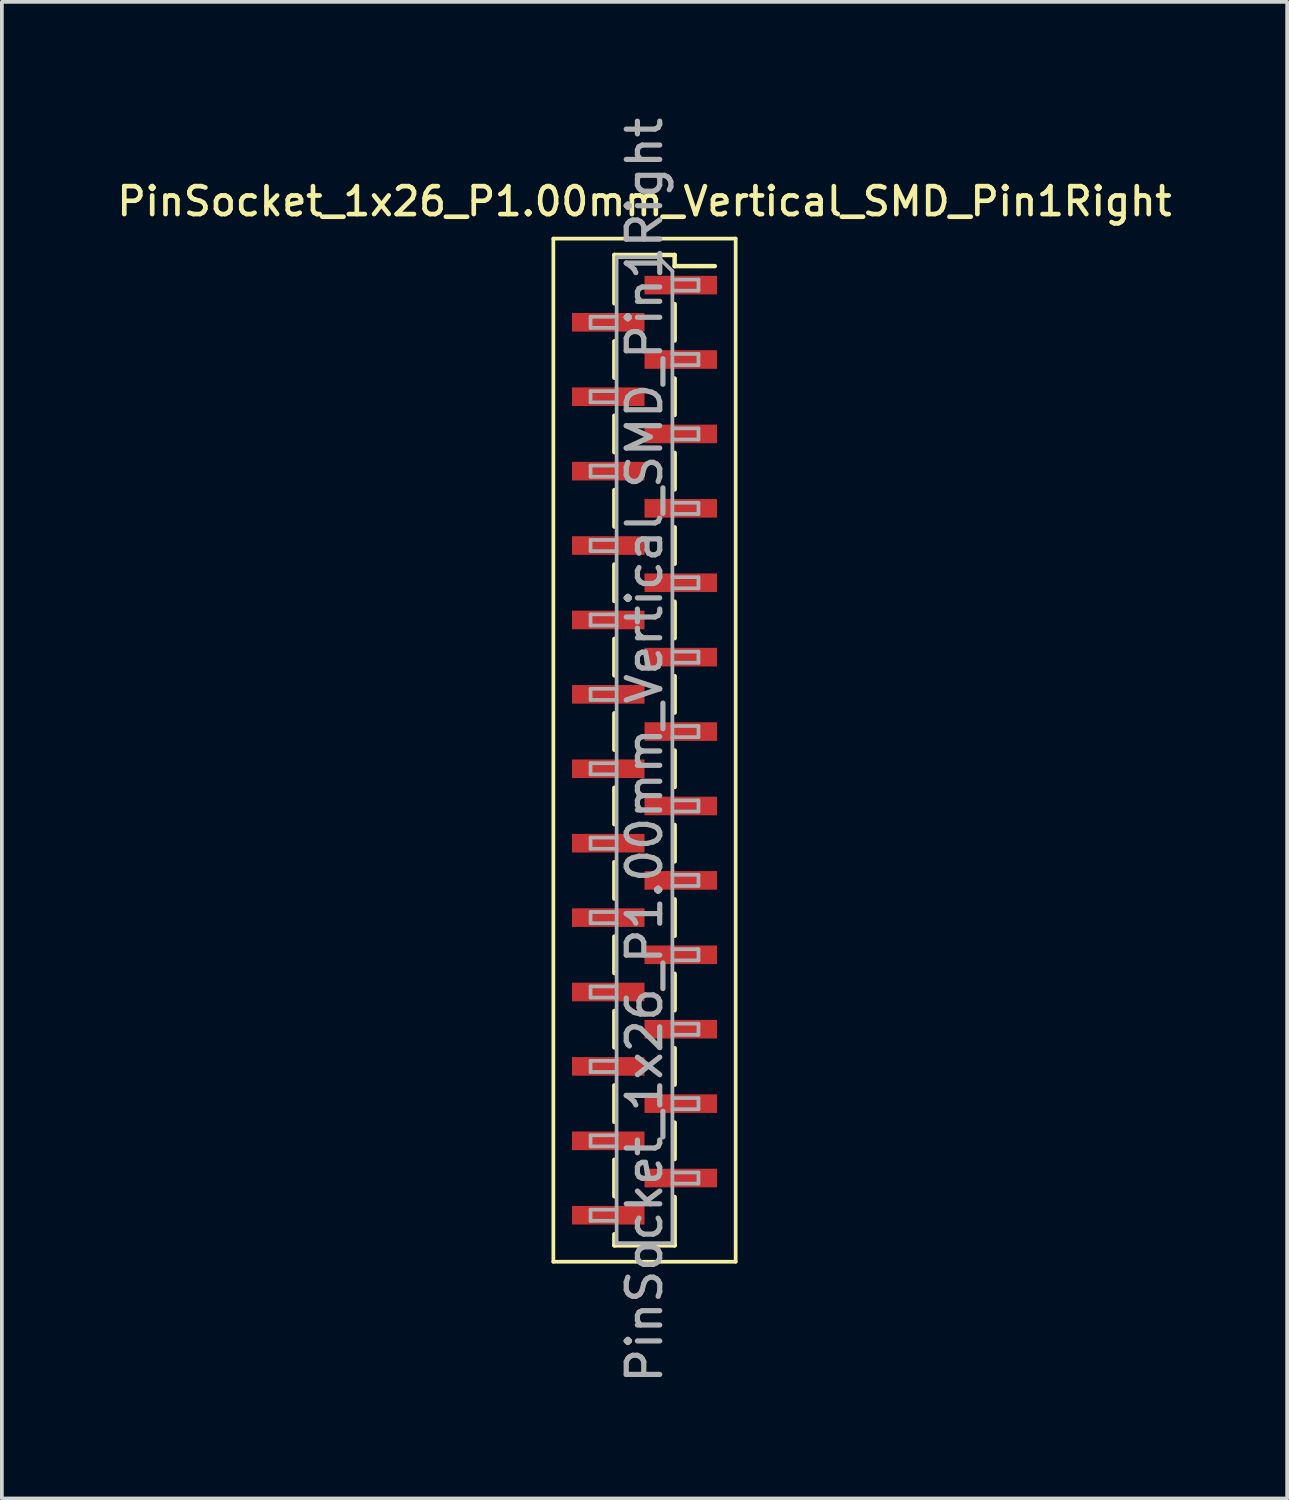
<source format=kicad_pcb>
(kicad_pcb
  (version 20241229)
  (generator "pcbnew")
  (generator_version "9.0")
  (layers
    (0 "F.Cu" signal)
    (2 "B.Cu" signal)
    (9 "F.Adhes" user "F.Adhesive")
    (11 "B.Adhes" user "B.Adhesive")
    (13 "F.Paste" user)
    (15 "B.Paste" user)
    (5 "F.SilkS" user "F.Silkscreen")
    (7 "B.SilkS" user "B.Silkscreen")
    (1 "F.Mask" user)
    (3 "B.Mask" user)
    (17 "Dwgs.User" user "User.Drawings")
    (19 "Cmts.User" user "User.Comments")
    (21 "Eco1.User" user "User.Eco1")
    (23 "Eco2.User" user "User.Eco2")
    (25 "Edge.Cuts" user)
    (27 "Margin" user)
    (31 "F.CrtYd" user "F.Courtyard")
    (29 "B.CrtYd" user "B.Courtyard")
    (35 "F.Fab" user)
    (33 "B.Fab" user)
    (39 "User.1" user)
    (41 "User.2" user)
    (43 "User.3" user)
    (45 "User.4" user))
  (footprint "PinSocket_1x26_P1.00mm_Vertical_SMD_Pin1Right"
    (layer "F.Cu")
    (at 14.273 17.113)
    (property "Reference" "PinSocket_1x26_P1.00mm_Vertical_SMD_Pin1Right" (at 0 -14.75 0) (layer "F.SilkS") (effects (font (size 0.75 0.75) (thickness 0.125))))
    (attr smd)
    (fp_line (start -2.45 -13.75) (end 2.45 -13.75) (stroke (width 0.1) (type solid)) (layer "F.SilkS"))
    (fp_line (start -2.45 13.75) (end -2.45 -13.75) (stroke (width 0.1) (type solid)) (layer "F.SilkS"))
    (fp_line (start -0.81 -13.31) (end -0.81 -12.01) (stroke (width 0.12) (type solid)) (layer "F.SilkS"))
    (fp_line (start -0.81 -13.31) (end 0.81 -13.31) (stroke (width 0.12) (type solid)) (layer "F.SilkS"))
    (fp_line (start -0.81 -10.99) (end -0.81 -10.01) (stroke (width 0.12) (type solid)) (layer "F.SilkS"))
    (fp_line (start -0.81 -8.99) (end -0.81 -8.01) (stroke (width 0.12) (type solid)) (layer "F.SilkS"))
    (fp_line (start -0.81 -6.99) (end -0.81 -6.01) (stroke (width 0.12) (type solid)) (layer "F.SilkS"))
    (fp_line (start -0.81 -4.99) (end -0.81 -4.01) (stroke (width 0.12) (type solid)) (layer "F.SilkS"))
    (fp_line (start -0.81 -2.99) (end -0.81 -2.01) (stroke (width 0.12) (type solid)) (layer "F.SilkS"))
    (fp_line (start -0.81 -0.99) (end -0.81 -0.01) (stroke (width 0.12) (type solid)) (layer "F.SilkS"))
    (fp_line (start -0.81 1.01) (end -0.81 1.99) (stroke (width 0.12) (type solid)) (layer "F.SilkS"))
    (fp_line (start -0.81 3.01) (end -0.81 3.99) (stroke (width 0.12) (type solid)) (layer "F.SilkS"))
    (fp_line (start -0.81 5.01) (end -0.81 5.99) (stroke (width 0.12) (type solid)) (layer "F.SilkS"))
    (fp_line (start -0.81 7.01) (end -0.81 7.99) (stroke (width 0.12) (type solid)) (layer "F.SilkS"))
    (fp_line (start -0.81 9.01) (end -0.81 9.99) (stroke (width 0.12) (type solid)) (layer "F.SilkS"))
    (fp_line (start -0.81 11.01) (end -0.81 11.99) (stroke (width 0.12) (type solid)) (layer "F.SilkS"))
    (fp_line (start -0.81 13.01) (end -0.81 13.31) (stroke (width 0.12) (type solid)) (layer "F.SilkS"))
    (fp_line (start -0.81 13.31) (end 0.81 13.31) (stroke (width 0.12) (type solid)) (layer "F.SilkS"))
    (fp_line (start 0.81 -13.31) (end 0.81 -13.01) (stroke (width 0.12) (type solid)) (layer "F.SilkS"))
    (fp_line (start 0.81 -13.01) (end 1.89 -13.01) (stroke (width 0.12) (type solid)) (layer "F.SilkS"))
    (fp_line (start 0.81 -11.99) (end 0.81 -11.01) (stroke (width 0.12) (type solid)) (layer "F.SilkS"))
    (fp_line (start 0.81 -9.99) (end 0.81 -9.01) (stroke (width 0.12) (type solid)) (layer "F.SilkS"))
    (fp_line (start 0.81 -7.99) (end 0.81 -7.01) (stroke (width 0.12) (type solid)) (layer "F.SilkS"))
    (fp_line (start 0.81 -5.99) (end 0.81 -5.01) (stroke (width 0.12) (type solid)) (layer "F.SilkS"))
    (fp_line (start 0.81 -3.99) (end 0.81 -3.01) (stroke (width 0.12) (type solid)) (layer "F.SilkS"))
    (fp_line (start 0.81 -1.99) (end 0.81 -1.01) (stroke (width 0.12) (type solid)) (layer "F.SilkS"))
    (fp_line (start 0.81 0.01) (end 0.81 0.99) (stroke (width 0.12) (type solid)) (layer "F.SilkS"))
    (fp_line (start 0.81 2.01) (end 0.81 2.99) (stroke (width 0.12) (type solid)) (layer "F.SilkS"))
    (fp_line (start 0.81 4.01) (end 0.81 4.99) (stroke (width 0.12) (type solid)) (layer "F.SilkS"))
    (fp_line (start 0.81 6.01) (end 0.81 6.99) (stroke (width 0.12) (type solid)) (layer "F.SilkS"))
    (fp_line (start 0.81 8.01) (end 0.81 8.99) (stroke (width 0.12) (type solid)) (layer "F.SilkS"))
    (fp_line (start 0.81 10.01) (end 0.81 10.99) (stroke (width 0.12) (type solid)) (layer "F.SilkS"))
    (fp_line (start 0.81 12.01) (end 0.81 13.31) (stroke (width 0.12) (type solid)) (layer "F.SilkS"))
    (fp_line (start 2.45 -13.75) (end 2.45 13.75) (stroke (width 0.1) (type solid)) (layer "F.SilkS"))
    (fp_line (start 2.45 13.75) (end -2.45 13.75) (stroke (width 0.1) (type solid)) (layer "F.SilkS"))
    (fp_line (start -1.45 -11.65) (end -0.75 -11.65) (stroke (width 0.1) (type solid)) (layer "F.Fab"))
    (fp_line (start -1.45 -11.35) (end -1.45 -11.65) (stroke (width 0.1) (type solid)) (layer "F.Fab"))
    (fp_line (start -1.45 -9.65) (end -0.75 -9.65) (stroke (width 0.1) (type solid)) (layer "F.Fab"))
    (fp_line (start -1.45 -9.35) (end -1.45 -9.65) (stroke (width 0.1) (type solid)) (layer "F.Fab"))
    (fp_line (start -1.45 -7.65) (end -0.75 -7.65) (stroke (width 0.1) (type solid)) (layer "F.Fab"))
    (fp_line (start -1.45 -7.35) (end -1.45 -7.65) (stroke (width 0.1) (type solid)) (layer "F.Fab"))
    (fp_line (start -1.45 -5.65) (end -0.75 -5.65) (stroke (width 0.1) (type solid)) (layer "F.Fab"))
    (fp_line (start -1.45 -5.35) (end -1.45 -5.65) (stroke (width 0.1) (type solid)) (layer "F.Fab"))
    (fp_line (start -1.45 -3.65) (end -0.75 -3.65) (stroke (width 0.1) (type solid)) (layer "F.Fab"))
    (fp_line (start -1.45 -3.35) (end -1.45 -3.65) (stroke (width 0.1) (type solid)) (layer "F.Fab"))
    (fp_line (start -1.45 -1.65) (end -0.75 -1.65) (stroke (width 0.1) (type solid)) (layer "F.Fab"))
    (fp_line (start -1.45 -1.35) (end -1.45 -1.65) (stroke (width 0.1) (type solid)) (layer "F.Fab"))
    (fp_line (start -1.45 0.35) (end -0.75 0.35) (stroke (width 0.1) (type solid)) (layer "F.Fab"))
    (fp_line (start -1.45 0.65) (end -1.45 0.35) (stroke (width 0.1) (type solid)) (layer "F.Fab"))
    (fp_line (start -1.45 2.35) (end -0.75 2.35) (stroke (width 0.1) (type solid)) (layer "F.Fab"))
    (fp_line (start -1.45 2.65) (end -1.45 2.35) (stroke (width 0.1) (type solid)) (layer "F.Fab"))
    (fp_line (start -1.45 4.35) (end -0.75 4.35) (stroke (width 0.1) (type solid)) (layer "F.Fab"))
    (fp_line (start -1.45 4.65) (end -1.45 4.35) (stroke (width 0.1) (type solid)) (layer "F.Fab"))
    (fp_line (start -1.45 6.35) (end -0.75 6.35) (stroke (width 0.1) (type solid)) (layer "F.Fab"))
    (fp_line (start -1.45 6.65) (end -1.45 6.35) (stroke (width 0.1) (type solid)) (layer "F.Fab"))
    (fp_line (start -1.45 8.35) (end -0.75 8.35) (stroke (width 0.1) (type solid)) (layer "F.Fab"))
    (fp_line (start -1.45 8.65) (end -1.45 8.35) (stroke (width 0.1) (type solid)) (layer "F.Fab"))
    (fp_line (start -1.45 10.35) (end -0.75 10.35) (stroke (width 0.1) (type solid)) (layer "F.Fab"))
    (fp_line (start -1.45 10.65) (end -1.45 10.35) (stroke (width 0.1) (type solid)) (layer "F.Fab"))
    (fp_line (start -1.45 12.35) (end -0.75 12.35) (stroke (width 0.1) (type solid)) (layer "F.Fab"))
    (fp_line (start -1.45 12.65) (end -1.45 12.35) (stroke (width 0.1) (type solid)) (layer "F.Fab"))
    (fp_line (start -0.75 -13.25) (end 0.375 -13.25) (stroke (width 0.1) (type solid)) (layer "F.Fab"))
    (fp_line (start -0.75 -11.35) (end -1.45 -11.35) (stroke (width 0.1) (type solid)) (layer "F.Fab"))
    (fp_line (start -0.75 -9.35) (end -1.45 -9.35) (stroke (width 0.1) (type solid)) (layer "F.Fab"))
    (fp_line (start -0.75 -7.35) (end -1.45 -7.35) (stroke (width 0.1) (type solid)) (layer "F.Fab"))
    (fp_line (start -0.75 -5.35) (end -1.45 -5.35) (stroke (width 0.1) (type solid)) (layer "F.Fab"))
    (fp_line (start -0.75 -3.35) (end -1.45 -3.35) (stroke (width 0.1) (type solid)) (layer "F.Fab"))
    (fp_line (start -0.75 -1.35) (end -1.45 -1.35) (stroke (width 0.1) (type solid)) (layer "F.Fab"))
    (fp_line (start -0.75 0.65) (end -1.45 0.65) (stroke (width 0.1) (type solid)) (layer "F.Fab"))
    (fp_line (start -0.75 2.65) (end -1.45 2.65) (stroke (width 0.1) (type solid)) (layer "F.Fab"))
    (fp_line (start -0.75 4.65) (end -1.45 4.65) (stroke (width 0.1) (type solid)) (layer "F.Fab"))
    (fp_line (start -0.75 6.65) (end -1.45 6.65) (stroke (width 0.1) (type solid)) (layer "F.Fab"))
    (fp_line (start -0.75 8.65) (end -1.45 8.65) (stroke (width 0.1) (type solid)) (layer "F.Fab"))
    (fp_line (start -0.75 10.65) (end -1.45 10.65) (stroke (width 0.1) (type solid)) (layer "F.Fab"))
    (fp_line (start -0.75 12.65) (end -1.45 12.65) (stroke (width 0.1) (type solid)) (layer "F.Fab"))
    (fp_line (start -0.75 13.25) (end -0.75 -13.25) (stroke (width 0.1) (type solid)) (layer "F.Fab"))
    (fp_line (start 0.375 -13.25) (end 0.75 -12.875) (stroke (width 0.1) (type solid)) (layer "F.Fab"))
    (fp_line (start 0.75 -12.875) (end 0.75 13.25) (stroke (width 0.1) (type solid)) (layer "F.Fab"))
    (fp_line (start 0.75 -12.65) (end 1.45 -12.65) (stroke (width 0.1) (type solid)) (layer "F.Fab"))
    (fp_line (start 0.75 -10.65) (end 1.45 -10.65) (stroke (width 0.1) (type solid)) (layer "F.Fab"))
    (fp_line (start 0.75 -8.65) (end 1.45 -8.65) (stroke (width 0.1) (type solid)) (layer "F.Fab"))
    (fp_line (start 0.75 -6.65) (end 1.45 -6.65) (stroke (width 0.1) (type solid)) (layer "F.Fab"))
    (fp_line (start 0.75 -4.65) (end 1.45 -4.65) (stroke (width 0.1) (type solid)) (layer "F.Fab"))
    (fp_line (start 0.75 -2.65) (end 1.45 -2.65) (stroke (width 0.1) (type solid)) (layer "F.Fab"))
    (fp_line (start 0.75 -0.65) (end 1.45 -0.65) (stroke (width 0.1) (type solid)) (layer "F.Fab"))
    (fp_line (start 0.75 1.35) (end 1.45 1.35) (stroke (width 0.1) (type solid)) (layer "F.Fab"))
    (fp_line (start 0.75 3.35) (end 1.45 3.35) (stroke (width 0.1) (type solid)) (layer "F.Fab"))
    (fp_line (start 0.75 5.35) (end 1.45 5.35) (stroke (width 0.1) (type solid)) (layer "F.Fab"))
    (fp_line (start 0.75 7.35) (end 1.45 7.35) (stroke (width 0.1) (type solid)) (layer "F.Fab"))
    (fp_line (start 0.75 9.35) (end 1.45 9.35) (stroke (width 0.1) (type solid)) (layer "F.Fab"))
    (fp_line (start 0.75 11.35) (end 1.45 11.35) (stroke (width 0.1) (type solid)) (layer "F.Fab"))
    (fp_line (start 0.75 13.25) (end -0.75 13.25) (stroke (width 0.1) (type solid)) (layer "F.Fab"))
    (fp_line (start 1.45 -12.65) (end 1.45 -12.35) (stroke (width 0.1) (type solid)) (layer "F.Fab"))
    (fp_line (start 1.45 -12.35) (end 0.75 -12.35) (stroke (width 0.1) (type solid)) (layer "F.Fab"))
    (fp_line (start 1.45 -10.65) (end 1.45 -10.35) (stroke (width 0.1) (type solid)) (layer "F.Fab"))
    (fp_line (start 1.45 -10.35) (end 0.75 -10.35) (stroke (width 0.1) (type solid)) (layer "F.Fab"))
    (fp_line (start 1.45 -8.65) (end 1.45 -8.35) (stroke (width 0.1) (type solid)) (layer "F.Fab"))
    (fp_line (start 1.45 -8.35) (end 0.75 -8.35) (stroke (width 0.1) (type solid)) (layer "F.Fab"))
    (fp_line (start 1.45 -6.65) (end 1.45 -6.35) (stroke (width 0.1) (type solid)) (layer "F.Fab"))
    (fp_line (start 1.45 -6.35) (end 0.75 -6.35) (stroke (width 0.1) (type solid)) (layer "F.Fab"))
    (fp_line (start 1.45 -4.65) (end 1.45 -4.35) (stroke (width 0.1) (type solid)) (layer "F.Fab"))
    (fp_line (start 1.45 -4.35) (end 0.75 -4.35) (stroke (width 0.1) (type solid)) (layer "F.Fab"))
    (fp_line (start 1.45 -2.65) (end 1.45 -2.35) (stroke (width 0.1) (type solid)) (layer "F.Fab"))
    (fp_line (start 1.45 -2.35) (end 0.75 -2.35) (stroke (width 0.1) (type solid)) (layer "F.Fab"))
    (fp_line (start 1.45 -0.65) (end 1.45 -0.35) (stroke (width 0.1) (type solid)) (layer "F.Fab"))
    (fp_line (start 1.45 -0.35) (end 0.75 -0.35) (stroke (width 0.1) (type solid)) (layer "F.Fab"))
    (fp_line (start 1.45 1.35) (end 1.45 1.65) (stroke (width 0.1) (type solid)) (layer "F.Fab"))
    (fp_line (start 1.45 1.65) (end 0.75 1.65) (stroke (width 0.1) (type solid)) (layer "F.Fab"))
    (fp_line (start 1.45 3.35) (end 1.45 3.65) (stroke (width 0.1) (type solid)) (layer "F.Fab"))
    (fp_line (start 1.45 3.65) (end 0.75 3.65) (stroke (width 0.1) (type solid)) (layer "F.Fab"))
    (fp_line (start 1.45 5.35) (end 1.45 5.65) (stroke (width 0.1) (type solid)) (layer "F.Fab"))
    (fp_line (start 1.45 5.65) (end 0.75 5.65) (stroke (width 0.1) (type solid)) (layer "F.Fab"))
    (fp_line (start 1.45 7.35) (end 1.45 7.65) (stroke (width 0.1) (type solid)) (layer "F.Fab"))
    (fp_line (start 1.45 7.65) (end 0.75 7.65) (stroke (width 0.1) (type solid)) (layer "F.Fab"))
    (fp_line (start 1.45 9.35) (end 1.45 9.65) (stroke (width 0.1) (type solid)) (layer "F.Fab"))
    (fp_line (start 1.45 9.65) (end 0.75 9.65) (stroke (width 0.1) (type solid)) (layer "F.Fab"))
    (fp_line (start 1.45 11.35) (end 1.45 11.65) (stroke (width 0.1) (type solid)) (layer "F.Fab"))
    (fp_line (start 1.45 11.65) (end 0.75 11.65) (stroke (width 0.1) (type solid)) (layer "F.Fab"))
    (fp_text user "${REFERENCE}" (at 0 0 90) (layer "F.Fab") (effects (font (size 0.9 0.9) (thickness 0.14))))
    (pad "1" smd rect (at 0.975 -12.5) (size 1.95 0.5) (layers "F.Cu" "F.Mask" "F.Paste"))
    (pad "2" smd rect (at -0.975 -11.5) (size 1.95 0.5) (layers "F.Cu" "F.Mask" "F.Paste"))
    (pad "3" smd rect (at 0.975 -10.5) (size 1.95 0.5) (layers "F.Cu" "F.Mask" "F.Paste"))
    (pad "4" smd rect (at -0.975 -9.5) (size 1.95 0.5) (layers "F.Cu" "F.Mask" "F.Paste"))
    (pad "5" smd rect (at 0.975 -8.5) (size 1.95 0.5) (layers "F.Cu" "F.Mask" "F.Paste"))
    (pad "6" smd rect (at -0.975 -7.5) (size 1.95 0.5) (layers "F.Cu" "F.Mask" "F.Paste"))
    (pad "7" smd rect (at 0.975 -6.5) (size 1.95 0.5) (layers "F.Cu" "F.Mask" "F.Paste"))
    (pad "8" smd rect (at -0.975 -5.5) (size 1.95 0.5) (layers "F.Cu" "F.Mask" "F.Paste"))
    (pad "9" smd rect (at 0.975 -4.5) (size 1.95 0.5) (layers "F.Cu" "F.Mask" "F.Paste"))
    (pad "10" smd rect (at -0.975 -3.5) (size 1.95 0.5) (layers "F.Cu" "F.Mask" "F.Paste"))
    (pad "11" smd rect (at 0.975 -2.5) (size 1.95 0.5) (layers "F.Cu" "F.Mask" "F.Paste"))
    (pad "12" smd rect (at -0.975 -1.5) (size 1.95 0.5) (layers "F.Cu" "F.Mask" "F.Paste"))
    (pad "13" smd rect (at 0.975 -0.5) (size 1.95 0.5) (layers "F.Cu" "F.Mask" "F.Paste"))
    (pad "14" smd rect (at -0.975 0.5) (size 1.95 0.5) (layers "F.Cu" "F.Mask" "F.Paste"))
    (pad "15" smd rect (at 0.975 1.5) (size 1.95 0.5) (layers "F.Cu" "F.Mask" "F.Paste"))
    (pad "16" smd rect (at -0.975 2.5) (size 1.95 0.5) (layers "F.Cu" "F.Mask" "F.Paste"))
    (pad "17" smd rect (at 0.975 3.5) (size 1.95 0.5) (layers "F.Cu" "F.Mask" "F.Paste"))
    (pad "18" smd rect (at -0.975 4.5) (size 1.95 0.5) (layers "F.Cu" "F.Mask" "F.Paste"))
    (pad "19" smd rect (at 0.975 5.5) (size 1.95 0.5) (layers "F.Cu" "F.Mask" "F.Paste"))
    (pad "20" smd rect (at -0.975 6.5) (size 1.95 0.5) (layers "F.Cu" "F.Mask" "F.Paste"))
    (pad "21" smd rect (at 0.975 7.5) (size 1.95 0.5) (layers "F.Cu" "F.Mask" "F.Paste"))
    (pad "22" smd rect (at -0.975 8.5) (size 1.95 0.5) (layers "F.Cu" "F.Mask" "F.Paste"))
    (pad "23" smd rect (at 0.975 9.5) (size 1.95 0.5) (layers "F.Cu" "F.Mask" "F.Paste"))
    (pad "24" smd rect (at -0.975 10.5) (size 1.95 0.5) (layers "F.Cu" "F.Mask" "F.Paste"))
    (pad "25" smd rect (at 0.975 11.5) (size 1.95 0.5) (layers "F.Cu" "F.Mask" "F.Paste"))
    (pad "26" smd rect (at -0.975 12.5) (size 1.95 0.5) (layers "F.Cu" "F.Mask" "F.Paste")))
  (gr_rect
    (start -3 -3)
    (end 31.546 37.226)
    (stroke (width 0.1) (type default))
    (fill no)
    (layer "Edge.Cuts")))
</source>
